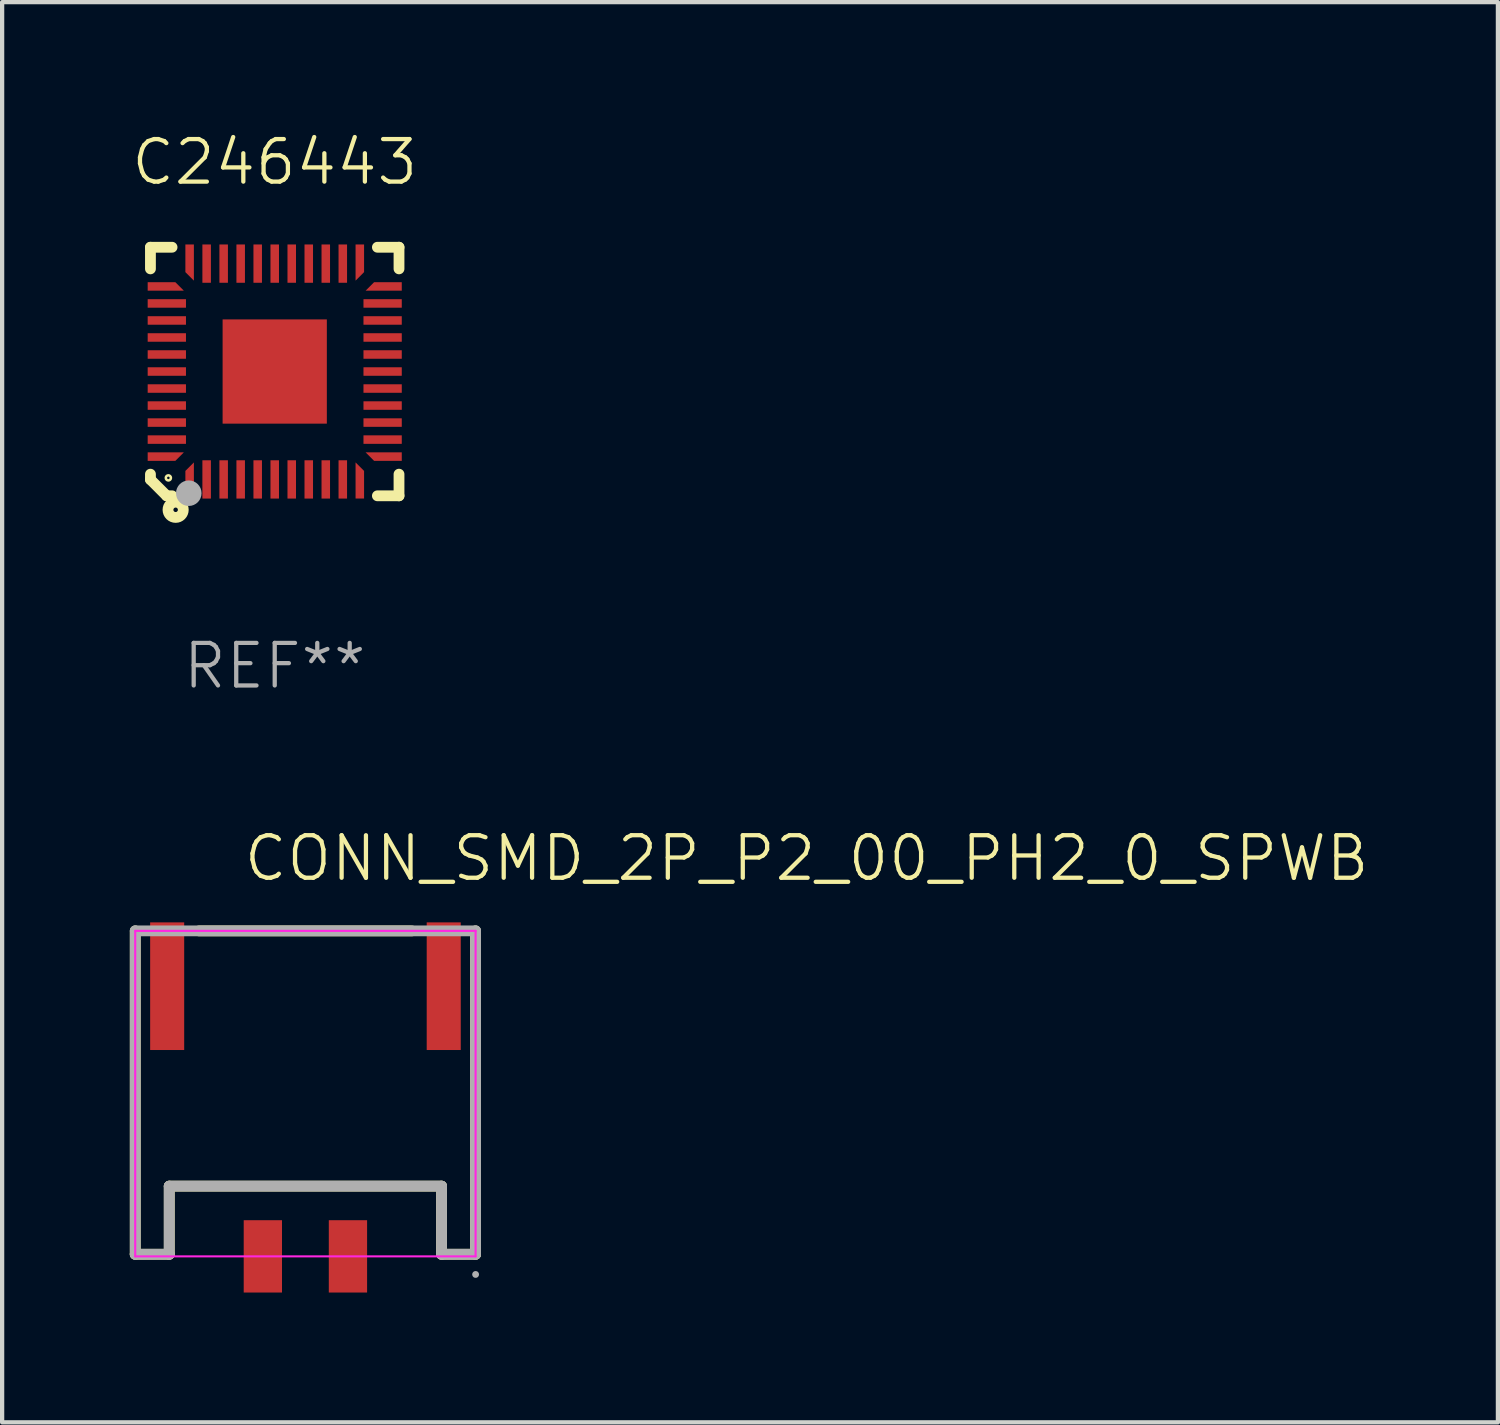
<source format=kicad_pcb>
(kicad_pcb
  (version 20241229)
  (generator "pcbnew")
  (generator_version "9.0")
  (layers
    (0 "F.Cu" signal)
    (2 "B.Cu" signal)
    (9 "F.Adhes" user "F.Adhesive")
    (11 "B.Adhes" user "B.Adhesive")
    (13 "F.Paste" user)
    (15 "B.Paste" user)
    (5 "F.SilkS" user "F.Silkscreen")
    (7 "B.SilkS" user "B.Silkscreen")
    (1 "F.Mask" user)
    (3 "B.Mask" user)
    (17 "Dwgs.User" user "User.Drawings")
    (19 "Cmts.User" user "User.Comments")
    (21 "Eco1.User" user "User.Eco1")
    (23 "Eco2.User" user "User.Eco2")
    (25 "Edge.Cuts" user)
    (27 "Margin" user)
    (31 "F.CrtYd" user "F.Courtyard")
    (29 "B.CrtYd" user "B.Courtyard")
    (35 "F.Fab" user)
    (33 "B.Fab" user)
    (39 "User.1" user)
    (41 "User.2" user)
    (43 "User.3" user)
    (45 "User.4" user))
  (footprint "C246443"
    (layer "F.Cu")
    (at 3.407 5.682)
    (property "Reference" "C246443" (at 0 -4.921 0) (layer "F.SilkS") (effects (font (size 1 1) (thickness 0.1))))
    (fp_poly (pts (xy -2.136 -1.9) (xy -2.986 -1.9) (xy -2.986 -2.1) (xy -2.336 -2.1)) (stroke (width 0) (type solid)) (fill yes) (layer "F.Mask"))
    (fp_poly (pts (xy -2.136 1.9) (xy -2.986 1.9) (xy -2.986 2.1) (xy -2.336 2.1)) (stroke (width 0) (type solid)) (fill yes) (layer "F.Mask"))
    (fp_poly (pts (xy -1.9 -2.136) (xy -1.9 -2.986) (xy -2.1 -2.986) (xy -2.1 -2.336)) (stroke (width 0) (type solid)) (fill yes) (layer "F.Mask"))
    (fp_poly (pts (xy -1.9 2.136) (xy -1.9 2.986) (xy -2.1 2.986) (xy -2.1 2.336)) (stroke (width 0) (type solid)) (fill yes) (layer "F.Mask"))
    (fp_poly (pts (xy 1.9 2.136) (xy 1.9 2.986) (xy 2.1 2.986) (xy 2.1 2.336)) (stroke (width 0) (type solid)) (fill yes) (layer "F.Mask"))
    (fp_poly (pts (xy 1.9 -2.136) (xy 1.9 -2.986) (xy 2.1 -2.986) (xy 2.1 -2.336)) (stroke (width 0) (type solid)) (fill yes) (layer "F.Mask"))
    (fp_poly (pts (xy 2.136 -1.9) (xy 2.986 -1.9) (xy 2.986 -2.1) (xy 2.336 -2.1)) (stroke (width 0) (type solid)) (fill yes) (layer "F.Mask"))
    (fp_poly (pts (xy 2.136 1.9) (xy 2.986 1.9) (xy 2.986 2.1) (xy 2.336 2.1)) (stroke (width 0) (type solid)) (fill yes) (layer "F.Mask"))
    (fp_line (start -2.921 -2.921) (end -2.413 -2.921) (stroke (width 0.254) (type solid)) (layer "F.SilkS"))
    (fp_line (start -2.921 -2.413) (end -2.921 -2.921) (stroke (width 0.254) (type solid)) (layer "F.SilkS"))
    (fp_line (start -2.921 2.413) (end -2.921 2.54) (stroke (width 0.254) (type solid)) (layer "F.SilkS"))
    (fp_line (start -2.921 2.54) (end -2.54 2.921) (stroke (width 0.254) (type solid)) (layer "F.SilkS"))
    (fp_line (start -2.54 2.921) (end -2.413 2.921) (stroke (width 0.254) (type solid)) (layer "F.SilkS"))
    (fp_line (start 2.413 -2.921) (end 2.921 -2.921) (stroke (width 0.254) (type solid)) (layer "F.SilkS"))
    (fp_line (start 2.921 -2.921) (end 2.921 -2.413) (stroke (width 0.254) (type solid)) (layer "F.SilkS"))
    (fp_line (start 2.921 2.413) (end 2.921 2.921) (stroke (width 0.254) (type solid)) (layer "F.SilkS"))
    (fp_line (start 2.921 2.921) (end 2.413 2.921) (stroke (width 0.254) (type solid)) (layer "F.SilkS"))
    (fp_arc (start -2.469901 2.5) (mid -2.529845 2.5) (end -2.469901 2.5) (stroke (width 0.059995) (type solid)) (layer "F.SilkS"))
    (fp_arc (start -2.149352 3.250064) (mid -2.50851 3.250064) (end -2.149352 3.250064) (stroke (width 0.254001) (type solid)) (layer "F.SilkS"))
    (fp_poly (pts (xy -2.136 -1.9) (xy -2.986 -1.9) (xy -2.986 -2.1) (xy -2.336 -2.1)) (stroke (width 0) (type solid)) (fill yes) (layer "F.Paste"))
    (fp_poly (pts (xy -2.136 1.9) (xy -2.986 1.9) (xy -2.986 2.1) (xy -2.336 2.1)) (stroke (width 0) (type solid)) (fill yes) (layer "F.Paste"))
    (fp_poly (pts (xy -1.9 -2.136) (xy -1.9 -2.986) (xy -2.1 -2.986) (xy -2.1 -2.336)) (stroke (width 0) (type solid)) (fill yes) (layer "F.Paste"))
    (fp_poly (pts (xy -1.9 2.136) (xy -1.9 2.986) (xy -2.1 2.986) (xy -2.1 2.336)) (stroke (width 0) (type solid)) (fill yes) (layer "F.Paste"))
    (fp_poly (pts (xy 1.9 2.136) (xy 1.9 2.986) (xy 2.1 2.986) (xy 2.1 2.336)) (stroke (width 0) (type solid)) (fill yes) (layer "F.Paste"))
    (fp_poly (pts (xy 1.9 -2.136) (xy 1.9 -2.986) (xy 2.1 -2.986) (xy 2.1 -2.336)) (stroke (width 0) (type solid)) (fill yes) (layer "F.Paste"))
    (fp_poly (pts (xy 2.136 -1.9) (xy 2.986 -1.9) (xy 2.986 -2.1) (xy 2.336 -2.1)) (stroke (width 0) (type solid)) (fill yes) (layer "F.Paste"))
    (fp_poly (pts (xy 2.136 1.9) (xy 2.986 1.9) (xy 2.986 2.1) (xy 2.336 2.1)) (stroke (width 0) (type solid)) (fill yes) (layer "F.Paste"))
    (fp_arc (start -1.869952 2.859919) (mid -2.17018 2.859919) (end -1.869952 2.859919) (stroke (width 0.3) (type solid)) (layer "F.Fab"))
    (fp_text user "REF**" (at 0 6.921 0) (layer "F.Fab") (effects (font (size 1 1) (thickness 0.1))))
    (pad "1" smd custom (at -2 2.386) (size 0.01 0.01) (layers "F.Cu") (options (anchor circle)) (primitives (gr_poly (pts (xy 0.1 -0.25) (xy 0.1 0.6) (xy -0.1 0.6) (xy -0.1 -0.05)) (width 0) (fill yes))))
    (pad "2" smd rect (at -1.6 2.536) (size 0.2 0.9) (layers "F.Cu" "F.Mask" "F.Paste"))
    (pad "3" smd rect (at -1.2 2.536) (size 0.2 0.9) (layers "F.Cu" "F.Mask" "F.Paste"))
    (pad "4" smd rect (at -0.8 2.536) (size 0.2 0.9) (layers "F.Cu" "F.Mask" "F.Paste"))
    (pad "5" smd rect (at -0.4 2.536) (size 0.2 0.9) (layers "F.Cu" "F.Mask" "F.Paste"))
    (pad "6" smd rect (at 0 2.536) (size 0.2 0.9) (layers "F.Cu" "F.Mask" "F.Paste"))
    (pad "7" smd rect (at 0.4 2.536) (size 0.2 0.9) (layers "F.Cu" "F.Mask" "F.Paste"))
    (pad "8" smd rect (at 0.8 2.536) (size 0.2 0.9) (layers "F.Cu" "F.Mask" "F.Paste"))
    (pad "9" smd rect (at 1.2 2.536) (size 0.2 0.9) (layers "F.Cu" "F.Mask" "F.Paste"))
    (pad "10" smd rect (at 1.6 2.536) (size 0.2 0.9) (layers "F.Cu" "F.Mask" "F.Paste"))
    (pad "11" smd custom (at 2 2.386) (size 0.01 0.01) (layers "F.Cu") (options (anchor circle)) (primitives (gr_poly (pts (xy -0.1 -0.25) (xy -0.1 0.6) (xy 0.1 0.6) (xy 0.1 -0.05)) (width 0) (fill yes))))
    (pad "12" smd custom (at 2.386 2) (size 0.01 0.01) (layers "F.Cu") (options (anchor circle)) (primitives (gr_poly (pts (xy -0.25 -0.1) (xy 0.6 -0.1) (xy 0.6 0.1) (xy -0.05 0.1)) (width 0) (fill yes))))
    (pad "13" smd rect (at 2.536 1.6) (size 0.9 0.2) (layers "F.Cu" "F.Mask" "F.Paste"))
    (pad "14" smd rect (at 2.536 1.2) (size 0.9 0.2) (layers "F.Cu" "F.Mask" "F.Paste"))
    (pad "15" smd rect (at 2.536 0.8) (size 0.9 0.2) (layers "F.Cu" "F.Mask" "F.Paste"))
    (pad "16" smd rect (at 2.536 0.4) (size 0.9 0.2) (layers "F.Cu" "F.Mask" "F.Paste"))
    (pad "17" smd rect (at 2.536 0.000127) (size 0.9 0.2) (layers "F.Cu" "F.Mask" "F.Paste"))
    (pad "18" smd rect (at 2.536 -0.4) (size 0.9 0.2) (layers "F.Cu" "F.Mask" "F.Paste"))
    (pad "19" smd rect (at 2.536 -0.8) (size 0.9 0.2) (layers "F.Cu" "F.Mask" "F.Paste"))
    (pad "20" smd rect (at 2.536 -1.2) (size 0.9 0.2) (layers "F.Cu" "F.Mask" "F.Paste"))
    (pad "21" smd rect (at 2.536 -1.6) (size 0.9 0.2) (layers "F.Cu" "F.Mask" "F.Paste"))
    (pad "22" smd custom (at 2.386 -2) (size 0.01 0.01) (layers "F.Cu") (options (anchor circle)) (primitives (gr_poly (pts (xy -0.25 0.1) (xy 0.6 0.1) (xy 0.6 -0.1) (xy -0.05 -0.1)) (width 0) (fill yes))))
    (pad "23" smd custom (at 2 -2.386) (size 0.01 0.01) (layers "F.Cu") (options (anchor circle)) (primitives (gr_poly (pts (xy -0.1 0.25) (xy -0.1 -0.6) (xy 0.1 -0.6) (xy 0.1 0.05)) (width 0) (fill yes))))
    (pad "24" smd rect (at 1.6 -2.536) (size 0.2 0.9) (layers "F.Cu" "F.Mask" "F.Paste"))
    (pad "25" smd rect (at 1.2 -2.536) (size 0.2 0.9) (layers "F.Cu" "F.Mask" "F.Paste"))
    (pad "26" smd rect (at 0.8 -2.536) (size 0.2 0.9) (layers "F.Cu" "F.Mask" "F.Paste"))
    (pad "27" smd rect (at 0.4 -2.536) (size 0.2 0.9) (layers "F.Cu" "F.Mask" "F.Paste"))
    (pad "28" smd rect (at 0 -2.536) (size 0.2 0.9) (layers "F.Cu" "F.Mask" "F.Paste"))
    (pad "29" smd rect (at -0.4 -2.536) (size 0.2 0.9) (layers "F.Cu" "F.Mask" "F.Paste"))
    (pad "30" smd rect (at -0.8 -2.536) (size 0.2 0.9) (layers "F.Cu" "F.Mask" "F.Paste"))
    (pad "31" smd rect (at -1.2 -2.536) (size 0.2 0.9) (layers "F.Cu" "F.Mask" "F.Paste"))
    (pad "32" smd rect (at -1.6 -2.536) (size 0.2 0.9) (layers "F.Cu" "F.Mask" "F.Paste"))
    (pad "33" smd custom (at -2 -2.386) (size 0.01 0.01) (layers "F.Cu") (options (anchor circle)) (primitives (gr_poly (pts (xy 0.1 0.25) (xy 0.1 -0.6) (xy -0.1 -0.6) (xy -0.1 0.05)) (width 0) (fill yes))))
    (pad "34" smd custom (at -2.386 -2) (size 0.01 0.01) (layers "F.Cu") (options (anchor circle)) (primitives (gr_poly (pts (xy 0.25 0.1) (xy -0.6 0.1) (xy -0.6 -0.1) (xy 0.05 -0.1)) (width 0) (fill yes))))
    (pad "35" smd rect (at -2.536 -1.6) (size 0.9 0.2) (layers "F.Cu" "F.Mask" "F.Paste"))
    (pad "36" smd rect (at -2.536 -1.2) (size 0.9 0.2) (layers "F.Cu" "F.Mask" "F.Paste"))
    (pad "37" smd rect (at -2.536 -0.8) (size 0.9 0.2) (layers "F.Cu" "F.Mask" "F.Paste"))
    (pad "38" smd rect (at -2.536 -0.4) (size 0.9 0.2) (layers "F.Cu" "F.Mask" "F.Paste"))
    (pad "39" smd rect (at -2.536 0.000127) (size 0.9 0.2) (layers "F.Cu" "F.Mask" "F.Paste"))
    (pad "40" smd rect (at -2.536 0.4) (size 0.9 0.2) (layers "F.Cu" "F.Mask" "F.Paste"))
    (pad "41" smd rect (at -2.536 0.8) (size 0.9 0.2) (layers "F.Cu" "F.Mask" "F.Paste"))
    (pad "42" smd rect (at -2.536 1.2) (size 0.9 0.2) (layers "F.Cu" "F.Mask" "F.Paste"))
    (pad "43" smd rect (at -2.536 1.6) (size 0.9 0.2) (layers "F.Cu" "F.Mask" "F.Paste"))
    (pad "44" smd custom (at -2.386 2) (size 0.01 0.01) (layers "F.Cu") (options (anchor circle)) (primitives (gr_poly (pts (xy 0.25 -0.1) (xy -0.6 -0.1) (xy -0.6 0.1) (xy 0.05 0.1)) (width 0) (fill yes))))
    (pad "45" smd rect (at 0 0.000127) (size 2.45 2.45) (layers "F.Cu" "F.Mask" "F.Paste")))
  (footprint "CONN_SMD_2P_P2_00_PH2_0_SPWB"
    (layer "F.Cu")
    (at 4.128 22.654)
    (property "Reference" "CONN_SMD_2P_P2_00_PH2_0_SPWB" (at -1.5 -5.531 0) (layer "F.SilkS") (effects (font (size 1 1) (thickness 0.1)) (justify left)))
    (fp_line (start -3.999 3.775) (end -3.999 -3.825) (stroke (width 0.254) (type solid)) (layer "F.SilkS"))
    (fp_line (start -3.2 2.175) (end -3.2 3.775) (stroke (width 0.254) (type solid)) (layer "F.SilkS"))
    (fp_line (start -3.2 3.775) (end -4 3.775) (stroke (width 0.254) (type solid)) (layer "F.SilkS"))
    (fp_line (start -2.499 -3.825) (end 2.501 -3.825) (stroke (width 0.254) (type solid)) (layer "F.SilkS"))
    (fp_line (start 3.2 2.175) (end -3.2 2.175) (stroke (width 0.254) (type solid)) (layer "F.SilkS"))
    (fp_line (start 3.2 3.775) (end 3.2 2.175) (stroke (width 0.254) (type solid)) (layer "F.SilkS"))
    (fp_line (start 4 -3.825) (end 4 3.775) (stroke (width 0.254) (type solid)) (layer "F.SilkS"))
    (fp_line (start 4 3.775) (end 3.2 3.775) (stroke (width 0.254) (type solid)) (layer "F.SilkS"))
    (fp_line (start -4 -3.825) (end -4 3.825) (stroke (width 0.05) (type solid)) (layer "F.CrtYd"))
    (fp_line (start -4 3.825) (end 4 3.825) (stroke (width 0.05) (type solid)) (layer "F.CrtYd"))
    (fp_line (start 4 -3.825) (end -4 -3.825) (stroke (width 0.05) (type solid)) (layer "F.CrtYd"))
    (fp_line (start 4 3.825) (end 4 -3.825) (stroke (width 0.05) (type solid)) (layer "F.CrtYd"))
    (fp_line (start -3.999 -3.825) (end 4 -3.825) (stroke (width 0.254) (type solid)) (layer "F.Fab"))
    (fp_line (start -3.999 3.775) (end -3.999 -3.825) (stroke (width 0.254) (type solid)) (layer "F.Fab"))
    (fp_line (start -3.2 2.175) (end -3.2 3.776) (stroke (width 0.254) (type solid)) (layer "F.Fab"))
    (fp_line (start -3.2 3.775) (end -4 3.775) (stroke (width 0.254) (type solid)) (layer "F.Fab"))
    (fp_line (start 3.2 2.175) (end -3.2 2.175) (stroke (width 0.254) (type solid)) (layer "F.Fab"))
    (fp_line (start 3.2 3.775) (end 3.2 2.175) (stroke (width 0.254) (type solid)) (layer "F.Fab"))
    (fp_line (start 4 -3.825) (end 4 3.775) (stroke (width 0.254) (type solid)) (layer "F.Fab"))
    (fp_line (start 4 3.775) (end 3.2 3.775) (stroke (width 0.254) (type solid)) (layer "F.Fab"))
    (fp_poly (pts (xy 4.03 4.25) (xy 4.03 4.244) (xy 4.028 4.239) (xy 4.025 4.233) (xy 4.022 4.229) (xy 4.017 4.225) (xy 4.012 4.222) (xy 4.006 4.221) (xy 4 4.22) (xy 3.995 4.221) (xy 3.989 4.222) (xy 3.984 4.225) (xy 3.979 4.229) (xy 3.976 4.233) (xy 3.973 4.239) (xy 3.971 4.244) (xy 3.97 4.25) (xy 3.971 4.256) (xy 3.973 4.261) (xy 3.976 4.267) (xy 3.979 4.271) (xy 3.984 4.275) (xy 3.989 4.278) (xy 3.995 4.279) (xy 4 4.28) (xy 4.006 4.279) (xy 4.012 4.278) (xy 4.017 4.275) (xy 4.022 4.271) (xy 4.025 4.267) (xy 4.028 4.261) (xy 4.03 4.256)) (stroke (width 0.1) (type solid)) (fill no) (layer "F.Fab"))
    (pad "" smd rect (at -3.249 -2.525) (size 0.902 3.102) (layers "F.Mask"))
    (pad "" smd rect (at -1 3.825) (size 1.002 1.802) (layers "F.Mask"))
    (pad "" smd rect (at 1 3.825) (size 1.002 1.802) (layers "F.Mask"))
    (pad "" smd rect (at 3.251 -2.525) (size 0.902 3.102) (layers "F.Mask"))
    (pad "1" smd rect (at 1 3.825) (size 0.9 1.7) (layers "F.Cu" "F.Paste"))
    (pad "2" smd rect (at -1 3.825) (size 0.9 1.7) (layers "F.Cu" "F.Paste"))
    (pad "3" smd rect (at -3.249 -2.525) (size 0.8 3) (layers "F.Cu" "F.Paste"))
    (pad "4" smd rect (at 3.251 -2.525) (size 0.8 3) (layers "F.Cu" "F.Paste")))
  (gr_rect
    (start -3 -3)
    (end 32.156 30.38)
    (stroke (width 0.1) (type default))
    (fill no)
    (layer "Edge.Cuts")))
</source>
